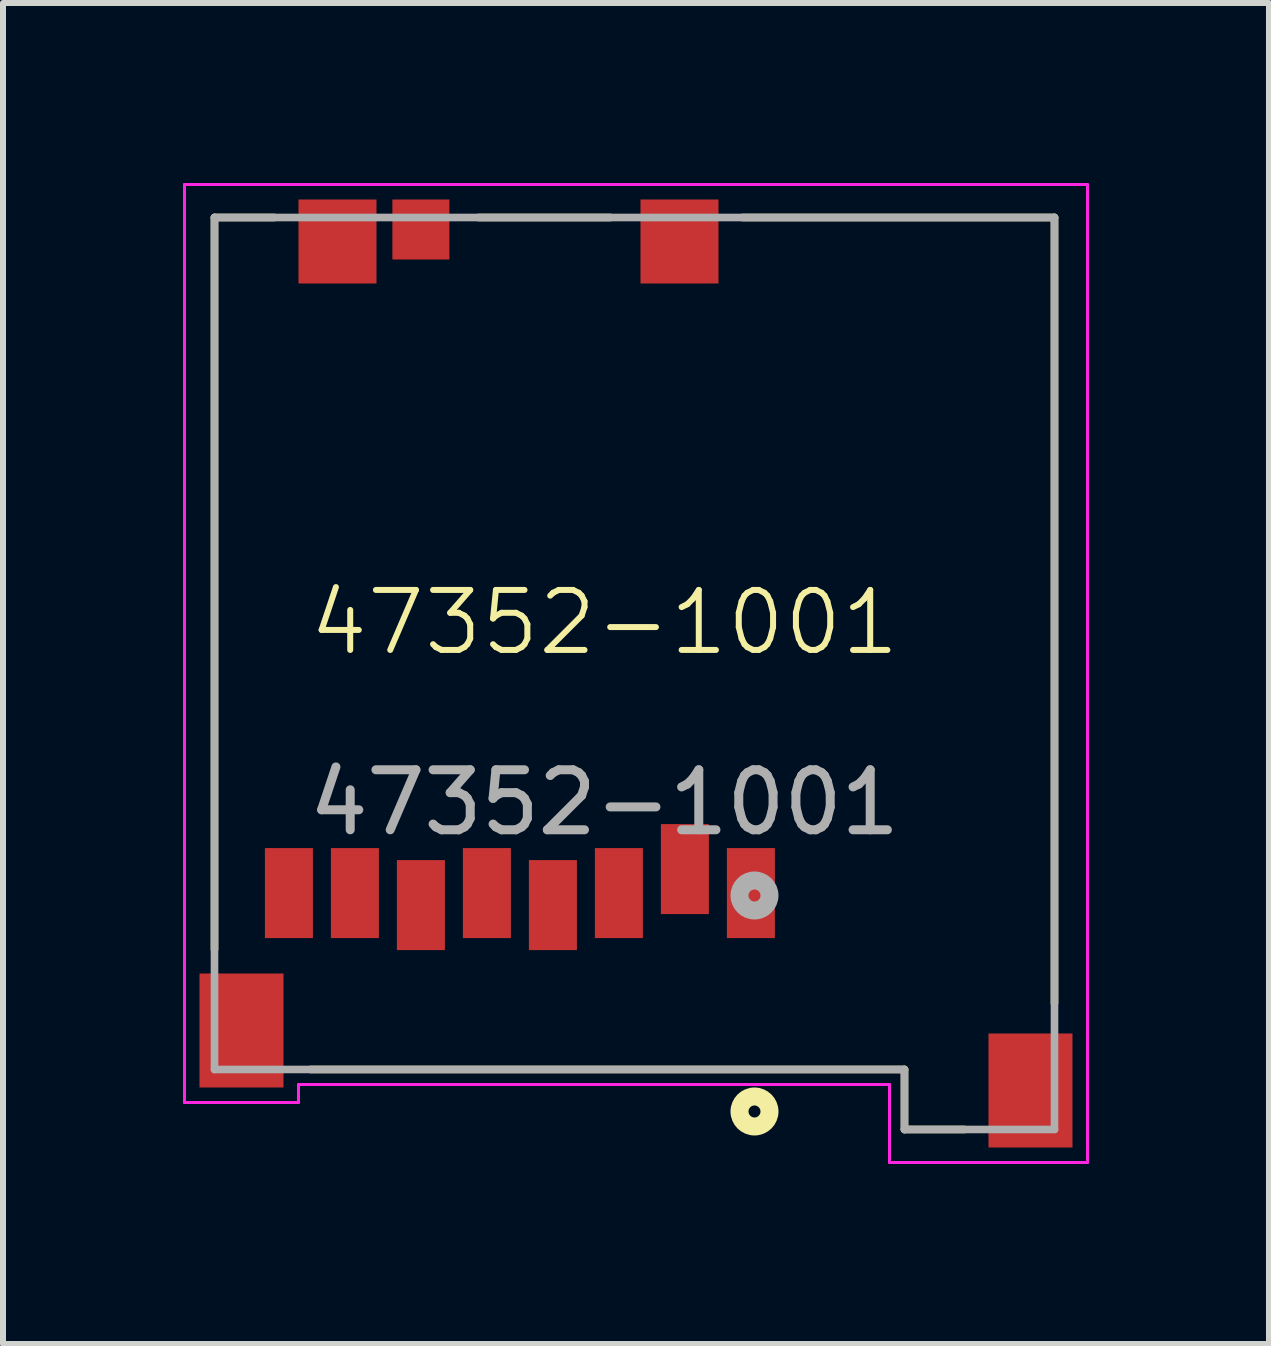
<source format=kicad_pcb>
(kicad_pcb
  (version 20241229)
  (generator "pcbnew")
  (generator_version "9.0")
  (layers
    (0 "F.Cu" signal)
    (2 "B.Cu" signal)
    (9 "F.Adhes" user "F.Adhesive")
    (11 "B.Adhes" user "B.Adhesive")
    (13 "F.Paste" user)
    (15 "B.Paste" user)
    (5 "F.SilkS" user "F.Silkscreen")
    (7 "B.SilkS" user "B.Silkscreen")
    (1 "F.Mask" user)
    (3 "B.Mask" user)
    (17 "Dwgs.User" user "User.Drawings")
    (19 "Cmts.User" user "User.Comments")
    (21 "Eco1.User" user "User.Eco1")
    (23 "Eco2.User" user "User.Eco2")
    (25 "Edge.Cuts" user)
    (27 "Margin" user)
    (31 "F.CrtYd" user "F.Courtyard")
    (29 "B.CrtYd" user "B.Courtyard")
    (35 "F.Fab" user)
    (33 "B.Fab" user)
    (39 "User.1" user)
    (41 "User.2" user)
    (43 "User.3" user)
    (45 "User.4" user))
  (footprint "47352-1001"
    (layer "F.Cu")
    (at 7.025 7.825)
    (property "Reference" "47352-1001" (at 0 -0.5 0) (unlocked yes) (layer "F.SilkS") (effects (font (size 1 1) (thickness 0.1))))
    (attr smd)
    (fp_line (start -6.5 -7.25) (end -6.5 4.95) (stroke (width 0.127) (type solid)) (layer "F.SilkS"))
    (fp_line (start -5.5 -7.25) (end -6.5 -7.25) (stroke (width 0.127) (type solid)) (layer "F.SilkS"))
    (fp_line (start -4.9 6.95) (end 5 6.95) (stroke (width 0.127) (type solid)) (layer "F.SilkS"))
    (fp_line (start -2.1 -7.25) (end 0.1 -7.25) (stroke (width 0.127) (type solid)) (layer "F.SilkS"))
    (fp_line (start 5 6.95) (end 5 7.95) (stroke (width 0.127) (type solid)) (layer "F.SilkS"))
    (fp_line (start 5 7.95) (end 6 7.95) (stroke (width 0.127) (type solid)) (layer "F.SilkS"))
    (fp_line (start 7.5 -7.25) (end 2.3 -7.25) (stroke (width 0.127) (type solid)) (layer "F.SilkS"))
    (fp_line (start 7.5 5.85) (end 7.5 -7.25) (stroke (width 0.127) (type solid)) (layer "F.SilkS"))
    (fp_circle (center 2.5 7.65) (end 2.6 7.65) (stroke (width 0.3) (type solid)) (fill no) (layer "F.SilkS"))
    (fp_line (start -7 -7.8) (end 8.05 -7.8) (stroke (width 0.05) (type solid)) (layer "F.CrtYd"))
    (fp_line (start -7 7.5) (end -7 -7.8) (stroke (width 0.05) (type solid)) (layer "F.CrtYd"))
    (fp_line (start -5.1 7.2) (end -5.1 7.5) (stroke (width 0.05) (type solid)) (layer "F.CrtYd"))
    (fp_line (start -5.1 7.5) (end -7 7.5) (stroke (width 0.05) (type solid)) (layer "F.CrtYd"))
    (fp_line (start 4.75 7.2) (end -5.1 7.2) (stroke (width 0.05) (type solid)) (layer "F.CrtYd"))
    (fp_line (start 4.75 8.5) (end 4.75 7.2) (stroke (width 0.05) (type solid)) (layer "F.CrtYd"))
    (fp_line (start 8.05 -7.8) (end 8.05 8.5) (stroke (width 0.05) (type solid)) (layer "F.CrtYd"))
    (fp_line (start 8.05 8.5) (end 4.75 8.5) (stroke (width 0.05) (type solid)) (layer "F.CrtYd"))
    (fp_line (start -6.5 -7.25) (end 7.5 -7.25) (stroke (width 0.127) (type solid)) (layer "F.Fab"))
    (fp_line (start -6.5 6.95) (end -6.5 -7.25) (stroke (width 0.127) (type solid)) (layer "F.Fab"))
    (fp_line (start 5 6.95) (end -6.5 6.95) (stroke (width 0.127) (type solid)) (layer "F.Fab"))
    (fp_line (start 5 7.95) (end 5 6.95) (stroke (width 0.127) (type solid)) (layer "F.Fab"))
    (fp_line (start 7.5 -7.25) (end 7.5 7.95) (stroke (width 0.127) (type solid)) (layer "F.Fab"))
    (fp_line (start 7.5 7.95) (end 5 7.95) (stroke (width 0.127) (type solid)) (layer "F.Fab"))
    (fp_circle (center 2.5 4.05) (end 2.6 4.05) (stroke (width 0.3) (type solid)) (fill no) (layer "F.Fab"))
    (fp_text user "${REFERENCE}" (at 0 2.5 0) (unlocked yes) (layer "F.Fab") (effects (font (size 1 1) (thickness 0.15))))
    (pad "1" smd rect (at 2.44 4.01 90) (size 1.5 0.8) (layers "F.Cu" "F.Mask" "F.Paste"))
    (pad "2" smd rect (at 1.34 3.61 90) (size 1.5 0.8) (layers "F.Cu" "F.Mask" "F.Paste"))
    (pad "3" smd rect (at 0.24 4.01 90) (size 1.5 0.8) (layers "F.Cu" "F.Mask" "F.Paste"))
    (pad "4" smd rect (at -0.86 4.21 90) (size 1.5 0.8) (layers "F.Cu" "F.Mask" "F.Paste"))
    (pad "5" smd rect (at -1.96 4.01 90) (size 1.5 0.8) (layers "F.Cu" "F.Mask" "F.Paste"))
    (pad "6" smd rect (at -3.06 4.21 90) (size 1.5 0.8) (layers "F.Cu" "F.Mask" "F.Paste"))
    (pad "7" smd rect (at -4.16 4.01 90) (size 1.5 0.8) (layers "F.Cu" "F.Mask" "F.Paste"))
    (pad "8" smd rect (at -5.26 4.01 90) (size 1.5 0.8) (layers "F.Cu" "F.Mask" "F.Paste"))
    (pad "S1" smd rect (at -4.45 -6.85 180) (size 1.3 1.4) (layers "F.Cu" "F.Mask" "F.Paste"))
    (pad "S2" smd rect (at 1.25 -6.85 180) (size 1.3 1.4) (layers "F.Cu" "F.Mask" "F.Paste"))
    (pad "S3" smd rect (at -6.05 6.3 90) (size 1.9 1.4) (layers "F.Cu" "F.Mask" "F.Paste"))
    (pad "S4" smd rect (at 7.1 7.3 90) (size 1.9 1.4) (layers "F.Cu" "F.Mask" "F.Paste"))
    (pad "SW" smd rect (at -3.06 -7.05 270) (size 1 0.95) (layers "F.Cu" "F.Mask" "F.Paste")))
  (gr_rect
    (start -3 -3)
    (end 18.1 19.35)
    (stroke (width 0.1) (type default))
    (fill no)
    (layer "Edge.Cuts")))
</source>
